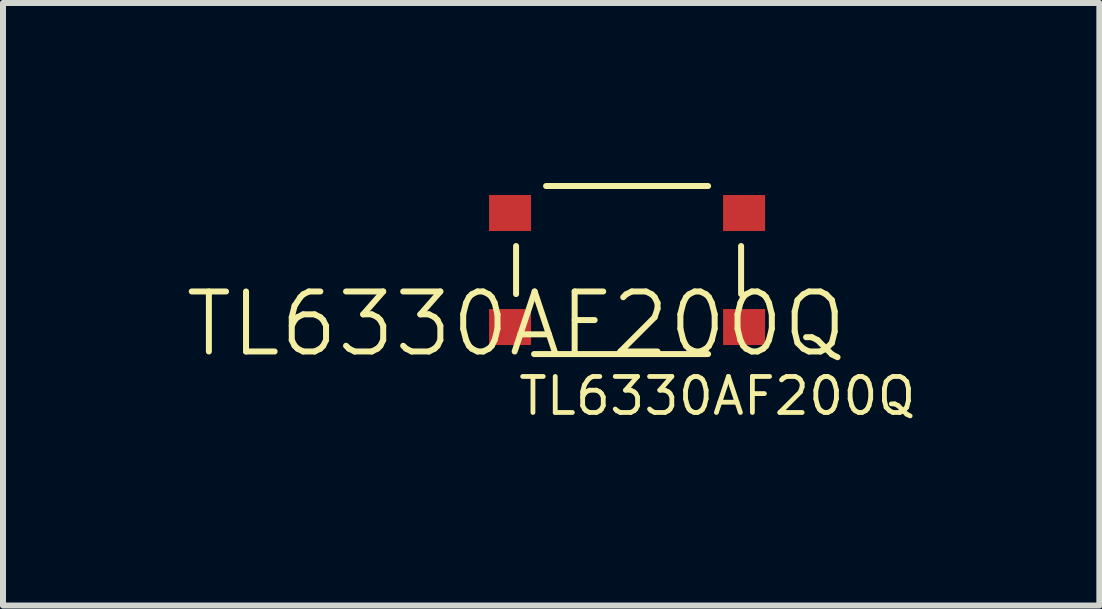
<source format=kicad_pcb>
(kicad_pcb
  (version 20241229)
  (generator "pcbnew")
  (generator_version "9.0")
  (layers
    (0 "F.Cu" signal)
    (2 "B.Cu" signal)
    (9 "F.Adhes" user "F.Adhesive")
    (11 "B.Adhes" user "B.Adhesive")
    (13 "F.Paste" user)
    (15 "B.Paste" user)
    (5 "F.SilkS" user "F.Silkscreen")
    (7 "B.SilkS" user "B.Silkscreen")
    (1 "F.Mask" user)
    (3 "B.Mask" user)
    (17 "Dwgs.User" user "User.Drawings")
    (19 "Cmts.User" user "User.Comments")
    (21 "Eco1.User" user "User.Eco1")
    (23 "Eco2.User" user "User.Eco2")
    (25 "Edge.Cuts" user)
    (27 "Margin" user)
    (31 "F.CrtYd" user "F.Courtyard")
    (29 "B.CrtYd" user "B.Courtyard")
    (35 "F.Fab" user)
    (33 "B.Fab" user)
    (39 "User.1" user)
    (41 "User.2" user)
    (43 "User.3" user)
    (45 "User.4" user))
  (footprint "TL6330AF200Q"
    (layer "F.Cu")
    (at 5.55 2.85)
    (property "Reference" "TL6330AF200Q" (at 0 -0.5 0) (unlocked yes) (layer "F.SilkS") (effects (font (size 1 1) (thickness 0.1))))
    (attr smd)
    (fp_line (start 0 -1.8) (end 0 -1) (stroke (width 0.1) (type default)) (layer "F.SilkS"))
    (fp_line (start 0.3 0) (end 3.2 0) (stroke (width 0.1) (type default)) (layer "F.SilkS"))
    (fp_line (start 3.2 -2.8) (end 0.5 -2.8) (stroke (width 0.1) (type default)) (layer "F.SilkS"))
    (fp_line (start 3.75 -1) (end 3.75 -1.8) (stroke (width 0.1) (type default)) (layer "F.SilkS"))
    (fp_text user "${REFERENCE}" (at 0 0.7 0) (unlocked yes) (layer "F.SilkS") (effects (font (size 0.6 0.6) (thickness 0.08)) (justify left)))
    (pad "1" smd rect (at -0.1 -0.45) (size 0.7 0.6) (layers "F.Cu" "F.Mask" "F.Paste"))
    (pad "1" smd rect (at 3.8 -0.45) (size 0.7 0.6) (layers "F.Cu" "F.Mask" "F.Paste"))
    (pad "2" smd rect (at -0.1 -2.35) (size 0.7 0.6) (layers "F.Cu" "F.Mask" "F.Paste"))
    (pad "2" smd rect (at 3.8 -2.35) (size 0.7 0.6) (layers "F.Cu" "F.Mask" "F.Paste")))
  (gr_rect
    (start -3 -3)
    (end 15.27 7.041)
    (stroke (width 0.1) (type default))
    (fill no)
    (layer "Edge.Cuts")))
</source>
